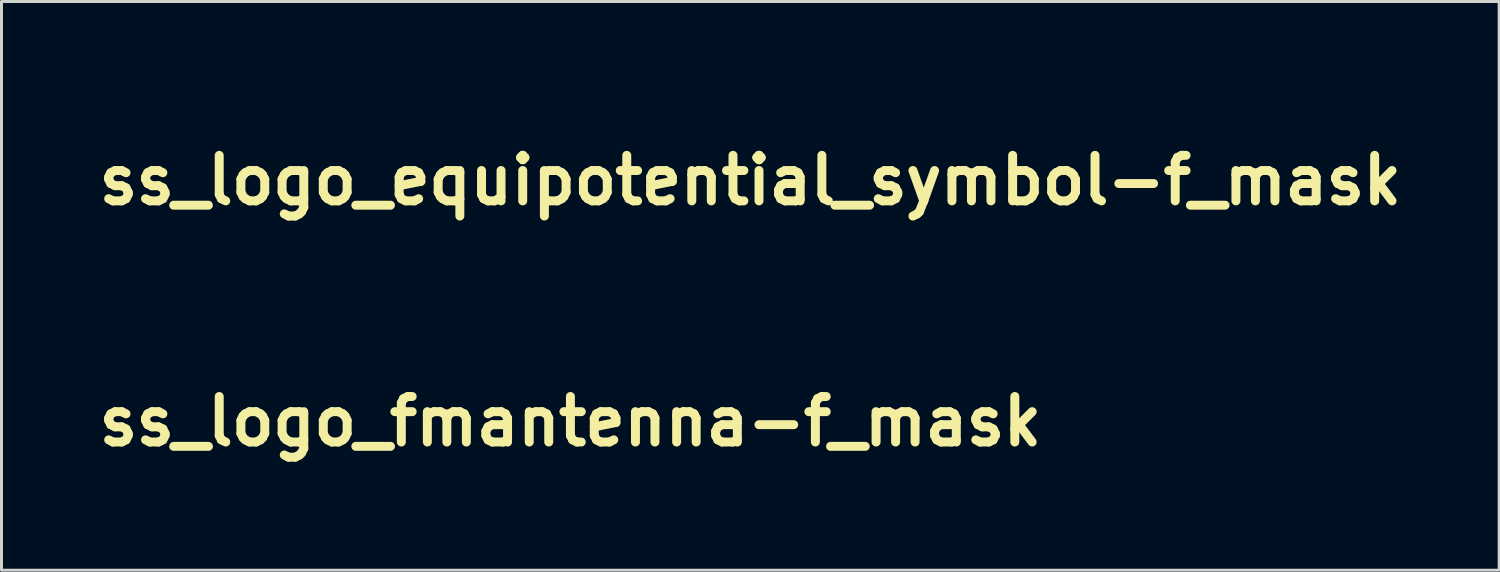
<source format=kicad_pcb>
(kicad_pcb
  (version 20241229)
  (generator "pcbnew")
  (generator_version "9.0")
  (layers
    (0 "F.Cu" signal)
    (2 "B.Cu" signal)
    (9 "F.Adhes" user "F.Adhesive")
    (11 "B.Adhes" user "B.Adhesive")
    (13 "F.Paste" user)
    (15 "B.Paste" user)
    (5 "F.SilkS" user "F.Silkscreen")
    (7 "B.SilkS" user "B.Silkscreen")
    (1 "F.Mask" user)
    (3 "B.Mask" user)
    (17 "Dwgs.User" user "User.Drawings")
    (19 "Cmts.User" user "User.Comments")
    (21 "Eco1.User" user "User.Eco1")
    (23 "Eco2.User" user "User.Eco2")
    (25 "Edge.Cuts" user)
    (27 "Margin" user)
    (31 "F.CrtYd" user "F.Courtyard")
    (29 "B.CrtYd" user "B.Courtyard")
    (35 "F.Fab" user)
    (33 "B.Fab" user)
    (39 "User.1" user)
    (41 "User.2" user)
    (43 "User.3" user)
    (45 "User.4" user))
  (footprint "ss_logo_fmantenna-f_mask"
    (layer "F.Cu")
    (at 16.046 11.058)
    (property "Reference" "ss_logo_fmantenna-f_mask" (at 0 0 0) (layer "F.SilkS") (effects (font (size 1.524 1.524) (thickness 0.3))))
    (attr through_hole)
    (fp_poly (pts (xy 2.145 -0.085) (xy 1.27 -0.085) (xy 1.27 0.31) (xy 2.088 0.31) (xy 2.088 0.677) (xy 1.27 0.677) (xy 1.27 1.524) (xy 0.762 1.524) (xy 0.762 -0.452) (xy 2.145 -0.452) (xy 2.145 -0.085)) (stroke (width 0.01) (type solid)) (fill yes) (layer "F.Mask"))
    (fp_poly (pts (xy -1.074 -0.348) (xy -1.026 -0.29) (xy -1.016 -0.222) (xy -1.039 -0.13) (xy -1.098 -0.074) (xy -1.184 -0.062) (xy -1.237 -0.076) (xy -1.274 -0.111) (xy -1.301 -0.162) (xy -1.308 -0.248) (xy -1.271 -0.32) (xy -1.2 -0.362) (xy -1.162 -0.367) (xy -1.074 -0.348)) (stroke (width 0.01) (type solid)) (fill yes) (layer "F.Mask"))
    (fp_poly (pts (xy -0.529 -0.346) (xy -0.472 -0.292) (xy -0.455 -0.219) (xy -0.486 -0.139) (xy -0.508 -0.113) (xy -0.573 -0.065) (xy -0.637 -0.065) (xy -0.699 -0.1) (xy -0.751 -0.164) (xy -0.761 -0.239) (xy -0.734 -0.309) (xy -0.676 -0.357) (xy -0.622 -0.367) (xy -0.529 -0.346)) (stroke (width 0.01) (type solid)) (fill yes) (layer "F.Mask"))
    (fp_poly (pts (xy -1.63 -0.344) (xy -1.57 -0.284) (xy -1.552 -0.211) (xy -1.576 -0.147) (xy -1.631 -0.088) (xy -1.696 -0.057) (xy -1.707 -0.056) (xy -1.751 -0.071) (xy -1.8 -0.1) (xy -1.852 -0.164) (xy -1.862 -0.239) (xy -1.835 -0.309) (xy -1.776 -0.357) (xy -1.723 -0.367) (xy -1.63 -0.344)) (stroke (width 0.01) (type solid)) (fill yes) (layer "F.Mask"))
    (fp_poly (pts (xy -3.861 -1.961) (xy -3.773 -1.939) (xy -3.703 -1.907) (xy -3.69 -1.898) (xy -3.651 -1.833) (xy -3.643 -1.752) (xy -3.666 -1.681) (xy -3.675 -1.671) (xy -3.734 -1.645) (xy -3.828 -1.642) (xy -3.938 -1.66) (xy -3.963 -1.666) (xy -4.048 -1.714) (xy -4.09 -1.784) (xy -4.086 -1.863) (xy -4.038 -1.932) (xy -3.986 -1.963) (xy -3.918 -1.968) (xy -3.861 -1.961)) (stroke (width 0.01) (type solid)) (fill yes) (layer "F.Mask"))
    (fp_poly (pts (xy 4.826 1.524) (xy 4.347 1.524) (xy 4.34 0.811) (xy 4.332 0.099) (xy 4.106 0.629) (xy 3.881 1.159) (xy 3.716 1.151) (xy 3.551 1.143) (xy 3.329 0.621) (xy 3.107 0.099) (xy 3.106 0.811) (xy 3.104 1.524) (xy 2.625 1.524) (xy 2.625 -0.452) (xy 3.267 -0.452) (xy 3.443 -0.035) (xy 3.507 0.117) (xy 3.567 0.259) (xy 3.619 0.38) (xy 3.656 0.467) (xy 3.668 0.494) (xy 3.719 0.607) (xy 3.779 0.466) (xy 3.813 0.387) (xy 3.863 0.271) (xy 3.922 0.132) (xy 3.986 -0.017) (xy 4.002 -0.056) (xy 4.164 -0.437) (xy 4.495 -0.445) (xy 4.826 -0.453) (xy 4.826 1.524)) (stroke (width 0.01) (type solid)) (fill yes) (layer "F.Mask"))
    (fp_poly (pts (xy -0.95 0.875) (xy -0.797 0.877) (xy -0.686 0.88) (xy -0.608 0.885) (xy -0.557 0.894) (xy -0.524 0.906) (xy -0.503 0.922) (xy -0.498 0.926) (xy -0.456 1.007) (xy -0.466 1.089) (xy -0.503 1.139) (xy -0.527 1.154) (xy -0.564 1.166) (xy -0.621 1.174) (xy -0.706 1.18) (xy -0.827 1.183) (xy -0.991 1.185) (xy -1.164 1.185) (xy -1.37 1.185) (xy -1.527 1.183) (xy -1.641 1.179) (xy -1.721 1.173) (xy -1.773 1.164) (xy -1.805 1.151) (xy -1.818 1.141) (xy -1.858 1.066) (xy -1.852 0.982) (xy -1.811 0.922) (xy -1.787 0.906) (xy -1.75 0.894) (xy -1.693 0.886) (xy -1.607 0.88) (xy -1.486 0.877) (xy -1.322 0.875) (xy -1.152 0.875) (xy -0.95 0.875)) (stroke (width 0.01) (type solid)) (fill yes) (layer "F.Mask"))
    (fp_poly (pts (xy -0.95 0.254) (xy -0.797 0.256) (xy -0.686 0.259) (xy -0.608 0.265) (xy -0.557 0.273) (xy -0.524 0.285) (xy -0.503 0.301) (xy -0.498 0.306) (xy -0.456 0.386) (xy -0.466 0.468) (xy -0.503 0.518) (xy -0.527 0.533) (xy -0.564 0.545) (xy -0.621 0.554) (xy -0.707 0.559) (xy -0.828 0.563) (xy -0.992 0.564) (xy -1.162 0.564) (xy -1.364 0.564) (xy -1.517 0.563) (xy -1.628 0.559) (xy -1.706 0.554) (xy -1.758 0.545) (xy -1.79 0.533) (xy -1.812 0.517) (xy -1.816 0.513) (xy -1.858 0.432) (xy -1.848 0.35) (xy -1.811 0.301) (xy -1.787 0.285) (xy -1.75 0.273) (xy -1.693 0.265) (xy -1.607 0.259) (xy -1.486 0.256) (xy -1.322 0.254) (xy -1.152 0.254) (xy -0.95 0.254)) (stroke (width 0.01) (type solid)) (fill yes) (layer "F.Mask"))
    (fp_poly (pts (xy -2.96 -0.433) (xy -2.765 -0.372) (xy -2.595 -0.271) (xy -2.454 -0.134) (xy -2.348 0.031) (xy -2.282 0.218) (xy -2.262 0.42) (xy -2.291 0.631) (xy -2.302 0.667) (xy -2.341 0.769) (xy -2.395 0.858) (xy -2.476 0.953) (xy -2.524 1.003) (xy -2.702 1.148) (xy -2.89 1.236) (xy -3.09 1.27) (xy -3.3 1.248) (xy -3.406 1.218) (xy -3.597 1.124) (xy -3.754 0.992) (xy -3.873 0.83) (xy -3.95 0.646) (xy -3.982 0.449) (xy -3.666 0.449) (xy -3.627 0.609) (xy -3.625 0.614) (xy -3.537 0.76) (xy -3.416 0.867) (xy -3.272 0.933) (xy -3.116 0.955) (xy -2.958 0.929) (xy -2.812 0.855) (xy -2.69 0.738) (xy -2.613 0.597) (xy -2.581 0.444) (xy -2.593 0.288) (xy -2.649 0.141) (xy -2.75 0.012) (xy -2.825 -0.048) (xy -2.975 -0.117) (xy -3.126 -0.138) (xy -3.272 -0.114) (xy -3.405 -0.053) (xy -3.518 0.04) (xy -3.604 0.159) (xy -3.656 0.297) (xy -3.666 0.449) (xy -3.982 0.449) (xy -3.983 0.448) (xy -3.966 0.245) (xy -3.898 0.045) (xy -3.893 0.034) (xy -3.771 -0.155) (xy -3.618 -0.298) (xy -3.434 -0.393) (xy -3.219 -0.441) (xy -3.175 -0.445) (xy -2.96 -0.433)) (stroke (width 0.01) (type solid)) (fill yes) (layer "F.Mask"))
    (fp_poly (pts (xy -3.275 -1.828) (xy -3.173 -1.811) (xy -3.028 -1.784) (xy -2.847 -1.749) (xy -2.636 -1.706) (xy -2.401 -1.657) (xy -2.148 -1.604) (xy -1.883 -1.547) (xy -1.612 -1.489) (xy -1.342 -1.43) (xy -1.077 -1.372) (xy -0.826 -1.315) (xy -0.593 -1.262) (xy -0.384 -1.214) (xy -0.206 -1.172) (xy -0.065 -1.137) (xy 0.033 -1.111) (xy 0.082 -1.094) (xy 0.083 -1.094) (xy 0.197 -1.013) (xy 0.274 -0.906) (xy 0.289 -0.875) (xy 0.303 -0.844) (xy 0.313 -0.807) (xy 0.321 -0.76) (xy 0.328 -0.697) (xy 0.332 -0.611) (xy 0.335 -0.498) (xy 0.337 -0.352) (xy 0.338 -0.168) (xy 0.339 0.061) (xy 0.339 0.339) (xy 0.339 0.409) (xy 0.339 0.699) (xy 0.338 0.939) (xy 0.337 1.133) (xy 0.336 1.287) (xy 0.333 1.407) (xy 0.329 1.498) (xy 0.323 1.566) (xy 0.315 1.616) (xy 0.305 1.654) (xy 0.293 1.685) (xy 0.278 1.715) (xy 0.274 1.723) (xy 0.181 1.844) (xy 0.086 1.911) (xy -0.037 1.976) (xy -2.185 1.975) (xy -2.589 1.975) (xy -2.94 1.975) (xy -3.243 1.974) (xy -3.5 1.973) (xy -3.716 1.971) (xy -3.895 1.969) (xy -4.04 1.966) (xy -4.155 1.963) (xy -4.244 1.959) (xy -4.311 1.954) (xy -4.359 1.948) (xy -4.392 1.941) (xy -4.414 1.932) (xy -4.417 1.931) (xy -4.493 1.885) (xy -4.554 1.84) (xy -4.584 1.811) (xy -4.61 1.782) (xy -4.63 1.747) (xy -4.647 1.7) (xy -4.66 1.638) (xy -4.669 1.554) (xy -4.676 1.444) (xy -4.68 1.302) (xy -4.683 1.122) (xy -4.684 0.901) (xy -4.685 0.632) (xy -4.685 0.404) (xy -4.374 0.404) (xy -4.374 0.693) (xy -4.374 0.931) (xy -4.372 1.122) (xy -4.37 1.273) (xy -4.366 1.388) (xy -4.362 1.473) (xy -4.356 1.533) (xy -4.348 1.574) (xy -4.338 1.599) (xy -4.328 1.613) (xy -4.317 1.623) (xy -4.3 1.632) (xy -4.274 1.639) (xy -4.235 1.645) (xy -4.178 1.65) (xy -4.101 1.654) (xy -3.998 1.657) (xy -3.867 1.66) (xy -3.703 1.662) (xy -3.503 1.663) (xy -3.263 1.664) (xy -2.978 1.665) (xy -2.645 1.665) (xy -2.261 1.665) (xy -2.183 1.665) (xy -1.789 1.665) (xy -1.447 1.665) (xy -1.154 1.665) (xy -0.906 1.664) (xy -0.699 1.663) (xy -0.529 1.661) (xy -0.392 1.659) (xy -0.285 1.656) (xy -0.202 1.652) (xy -0.141 1.647) (xy -0.098 1.641) (xy -0.069 1.634) (xy -0.049 1.625) (xy -0.036 1.616) (xy -0.028 1.609) (xy -0.014 1.593) (xy -0.003 1.572) (xy 0.007 1.542) (xy 0.014 1.496) (xy 0.019 1.43) (xy 0.023 1.337) (xy 0.026 1.213) (xy 0.027 1.052) (xy 0.028 0.849) (xy 0.028 0.598) (xy 0.028 0.409) (xy 0.028 0.125) (xy 0.028 -0.108) (xy 0.027 -0.296) (xy 0.025 -0.443) (xy 0.022 -0.555) (xy 0.017 -0.638) (xy 0.011 -0.696) (xy 0.003 -0.736) (xy -0.007 -0.762) (xy -0.019 -0.78) (xy -0.028 -0.79) (xy -0.04 -0.801) (xy -0.055 -0.81) (xy -0.078 -0.818) (xy -0.111 -0.825) (xy -0.16 -0.83) (xy -0.228 -0.835) (xy -0.318 -0.838) (xy -0.436 -0.841) (xy -0.584 -0.843) (xy -0.766 -0.845) (xy -0.987 -0.846) (xy -1.25 -0.846) (xy -1.559 -0.847) (xy -1.919 -0.847) (xy -2.178 -0.847) (xy -2.574 -0.847) (xy -2.917 -0.846) (xy -3.212 -0.846) (xy -3.461 -0.845) (xy -3.67 -0.843) (xy -3.841 -0.841) (xy -3.979 -0.839) (xy -4.087 -0.835) (xy -4.169 -0.831) (xy -4.229 -0.826) (xy -4.272 -0.82) (xy -4.299 -0.813) (xy -4.317 -0.805) (xy -4.323 -0.8) (xy -4.336 -0.786) (xy -4.346 -0.764) (xy -4.355 -0.73) (xy -4.361 -0.679) (xy -4.366 -0.605) (xy -4.37 -0.503) (xy -4.372 -0.367) (xy -4.373 -0.193) (xy -4.374 0.026) (xy -4.374 0.293) (xy -4.374 0.404) (xy -4.685 0.404) (xy -4.685 0.401) (xy -4.685 0.104) (xy -4.685 -0.141) (xy -4.684 -0.341) (xy -4.682 -0.5) (xy -4.68 -0.623) (xy -4.676 -0.717) (xy -4.67 -0.786) (xy -4.663 -0.836) (xy -4.654 -0.871) (xy -4.643 -0.898) (xy -4.629 -0.921) (xy -4.621 -0.932) (xy -4.557 -1.011) (xy -4.485 -1.079) (xy -4.478 -1.084) (xy -4.459 -1.097) (xy -4.436 -1.109) (xy -4.405 -1.118) (xy -4.361 -1.126) (xy -4.298 -1.132) (xy -4.213 -1.137) (xy -4.101 -1.142) (xy -3.955 -1.145) (xy -3.771 -1.148) (xy -3.545 -1.151) (xy -3.272 -1.154) (xy -3.018 -1.157) (xy -1.637 -1.171) (xy -2.505 -1.352) (xy -2.721 -1.399) (xy -2.921 -1.443) (xy -3.097 -1.484) (xy -3.242 -1.52) (xy -3.349 -1.549) (xy -3.411 -1.57) (xy -3.422 -1.575) (xy -3.461 -1.639) (xy -3.469 -1.72) (xy -3.446 -1.79) (xy -3.437 -1.801) (xy -3.385 -1.826) (xy -3.329 -1.834) (xy -3.275 -1.828)) (stroke (width 0.01) (type solid)) (fill yes) (layer "F.Mask")))
  (footprint "ss_logo_equipotential_symbol-f_mask"
    (layer "F.Cu")
    (at 22.069 2.985)
    (property "Reference" "ss_logo_equipotential_symbol-f_mask" (at 0 0 0) (layer "F.SilkS") (effects (font (size 1.524 1.524) (thickness 0.3))))
    (attr through_hole)
    (fp_poly (pts (xy 0.135 -1.93) (xy 1.676 -1.93) (xy 1.902 -1.93) (xy 2.117 -1.93) (xy 2.32 -1.93) (xy 2.508 -1.929) (xy 2.68 -1.929) (xy 2.832 -1.928) (xy 2.962 -1.927) (xy 3.068 -1.926) (xy 3.147 -1.925) (xy 3.198 -1.924) (xy 3.217 -1.923) (xy 3.217 -1.923) (xy 3.208 -1.908) (xy 3.183 -1.867) (xy 3.141 -1.8) (xy 3.084 -1.711) (xy 3.015 -1.6) (xy 2.933 -1.47) (xy 2.839 -1.323) (xy 2.736 -1.16) (xy 2.624 -0.984) (xy 2.505 -0.796) (xy 2.379 -0.598) (xy 2.25 -0.395) (xy 2.102 -0.163) (xy 1.948 0.08) (xy 1.79 0.329) (xy 1.63 0.58) (xy 1.472 0.83) (xy 1.316 1.074) (xy 1.166 1.31) (xy 1.025 1.532) (xy 0.894 1.738) (xy 0.776 1.924) (xy 0.674 2.085) (xy 0.664 2.1) (xy 0.559 2.264) (xy 0.46 2.421) (xy 0.367 2.567) (xy 0.281 2.7) (xy 0.206 2.818) (xy 0.142 2.918) (xy 0.09 2.998) (xy 0.053 3.055) (xy 0.031 3.088) (xy 0.026 3.095) (xy 0.018 3.092) (xy 0.002 3.076) (xy -0.023 3.043) (xy -0.059 2.994) (xy -0.106 2.925) (xy -0.165 2.837) (xy -0.237 2.727) (xy -0.323 2.593) (xy -0.425 2.436) (xy -0.542 2.252) (xy -0.669 2.053) (xy -0.78 1.879) (xy -0.887 1.712) (xy -0.988 1.554) (xy -1.027 1.493) (xy -0.685 1.493) (xy -0.678 1.509) (xy -0.655 1.549) (xy -0.618 1.61) (xy -0.57 1.687) (xy -0.513 1.778) (xy -0.449 1.878) (xy -0.381 1.983) (xy -0.311 2.09) (xy -0.243 2.196) (xy -0.177 2.295) (xy -0.117 2.386) (xy -0.065 2.463) (xy -0.023 2.523) (xy 0.006 2.563) (xy 0.019 2.578) (xy 0.02 2.578) (xy 0.031 2.561) (xy 0.059 2.519) (xy 0.101 2.455) (xy 0.155 2.371) (xy 0.219 2.272) (xy 0.29 2.161) (xy 0.367 2.04) (xy 0.378 2.023) (xy 0.455 1.902) (xy 0.526 1.79) (xy 0.589 1.69) (xy 0.642 1.606) (xy 0.683 1.541) (xy 0.71 1.497) (xy 0.72 1.478) (xy 0.72 1.478) (xy 0.705 1.481) (xy 0.666 1.494) (xy 0.627 1.508) (xy 0.475 1.559) (xy 0.325 1.592) (xy 0.165 1.611) (xy 0.008 1.616) (xy -0.162 1.611) (xy -0.31 1.595) (xy -0.448 1.566) (xy -0.586 1.522) (xy -0.59 1.52) (xy -0.639 1.503) (xy -0.674 1.493) (xy -0.685 1.493) (xy -1.027 1.493) (xy -1.083 1.407) (xy -1.168 1.274) (xy -1.243 1.158) (xy -1.307 1.061) (xy -1.357 0.985) (xy -1.391 0.934) (xy -1.409 0.909) (xy -1.447 0.855) (xy -1.493 0.784) (xy -1.538 0.709) (xy -1.549 0.689) (xy -1.569 0.653) (xy -1.607 0.592) (xy -1.659 0.507) (xy -1.726 0.4) (xy -1.804 0.274) (xy -1.894 0.132) (xy -1.992 -0.025) (xy -2.073 -0.152) (xy -1.481 -0.152) (xy -1.478 -0.01) (xy -1.468 0.109) (xy -1.448 0.213) (xy -1.416 0.312) (xy -1.368 0.415) (xy -1.302 0.53) (xy -1.266 0.588) (xy -1.212 0.672) (xy -1.158 0.751) (xy -1.109 0.819) (xy -1.07 0.868) (xy -1.061 0.878) (xy -0.903 1.02) (xy -0.723 1.138) (xy -0.528 1.229) (xy -0.322 1.291) (xy -0.313 1.293) (xy -0.202 1.309) (xy -0.071 1.318) (xy 0.066 1.318) (xy 0.197 1.309) (xy 0.301 1.294) (xy 0.515 1.233) (xy 0.716 1.143) (xy 0.9 1.024) (xy 1.064 0.881) (xy 1.205 0.713) (xy 1.232 0.674) (xy 1.294 0.581) (xy 1.34 0.501) (xy 1.377 0.423) (xy 1.411 0.334) (xy 1.432 0.271) (xy 1.451 0.213) (xy 1.463 0.164) (xy 1.472 0.114) (xy 1.477 0.055) (xy 1.48 -0.019) (xy 1.481 -0.117) (xy 1.481 -0.144) (xy 1.48 -0.253) (xy 1.478 -0.337) (xy 1.473 -0.403) (xy 1.465 -0.459) (xy 1.453 -0.513) (xy 1.443 -0.547) (xy 1.366 -0.756) (xy 1.262 -0.946) (xy 1.134 -1.117) (xy 0.985 -1.267) (xy 0.818 -1.393) (xy 0.635 -1.495) (xy 0.44 -1.571) (xy 0.234 -1.618) (xy 0.021 -1.637) (xy -0.196 -1.624) (xy -0.369 -1.591) (xy -0.442 -1.569) (xy -0.531 -1.536) (xy -0.622 -1.497) (xy -0.669 -1.475) (xy -0.863 -1.361) (xy -1.033 -1.223) (xy -1.179 -1.062) (xy -1.301 -0.878) (xy -1.397 -0.672) (xy -1.452 -0.506) (xy -1.466 -0.442) (xy -1.475 -0.367) (xy -1.48 -0.272) (xy -1.481 -0.152) (xy -2.073 -0.152) (xy -2.099 -0.194) (xy -2.212 -0.372) (xy -2.329 -0.557) (xy -2.411 -0.686) (xy -3.025 -1.651) (xy -2.689 -1.651) (xy -2.229 -0.927) (xy -1.77 -0.202) (xy -1.748 -0.359) (xy -1.734 -0.449) (xy -1.715 -0.545) (xy -1.696 -0.629) (xy -1.692 -0.643) (xy -1.615 -0.862) (xy -1.509 -1.071) (xy -1.376 -1.264) (xy -1.22 -1.437) (xy -1.095 -1.546) (xy -0.962 -1.651) (xy 0.967 -1.651) (xy 1.096 -1.549) (xy 1.264 -1.396) (xy 1.413 -1.219) (xy 1.538 -1.022) (xy 1.637 -0.81) (xy 1.709 -0.589) (xy 1.75 -0.362) (xy 1.755 -0.31) (xy 1.761 -0.246) (xy 1.767 -0.2) (xy 1.772 -0.177) (xy 1.773 -0.176) (xy 1.783 -0.191) (xy 1.81 -0.232) (xy 1.851 -0.296) (xy 1.905 -0.381) (xy 1.97 -0.483) (xy 2.045 -0.601) (xy 2.128 -0.731) (xy 2.217 -0.87) (xy 2.245 -0.915) (xy 2.335 -1.057) (xy 2.419 -1.19) (xy 2.495 -1.311) (xy 2.562 -1.419) (xy 2.618 -1.509) (xy 2.661 -1.58) (xy 2.69 -1.628) (xy 2.703 -1.652) (xy 2.704 -1.654) (xy 2.686 -1.655) (xy 2.638 -1.656) (xy 2.562 -1.656) (xy 2.462 -1.657) (xy 2.341 -1.657) (xy 2.202 -1.657) (xy 2.049 -1.656) (xy 1.884 -1.656) (xy 1.832 -1.655) (xy 0.967 -1.651) (xy -0.962 -1.651) (xy -1.396 -1.656) (xy -1.548 -1.657) (xy -1.721 -1.657) (xy -1.901 -1.657) (xy -2.076 -1.657) (xy -2.233 -1.656) (xy -2.259 -1.656) (xy -2.689 -1.651) (xy -3.025 -1.651) (xy -3.197 -1.922) (xy -0.135 -1.931) (xy -0.135 -2.98) (xy 0.135 -2.98) (xy 0.135 -1.93)) (stroke (width 0.01) (type solid)) (fill yes) (layer "F.Mask")))
  (gr_rect
    (start -3 -3)
    (end 47.138 16.039)
    (stroke (width 0.1) (type default))
    (fill no)
    (layer "Edge.Cuts")))
</source>
